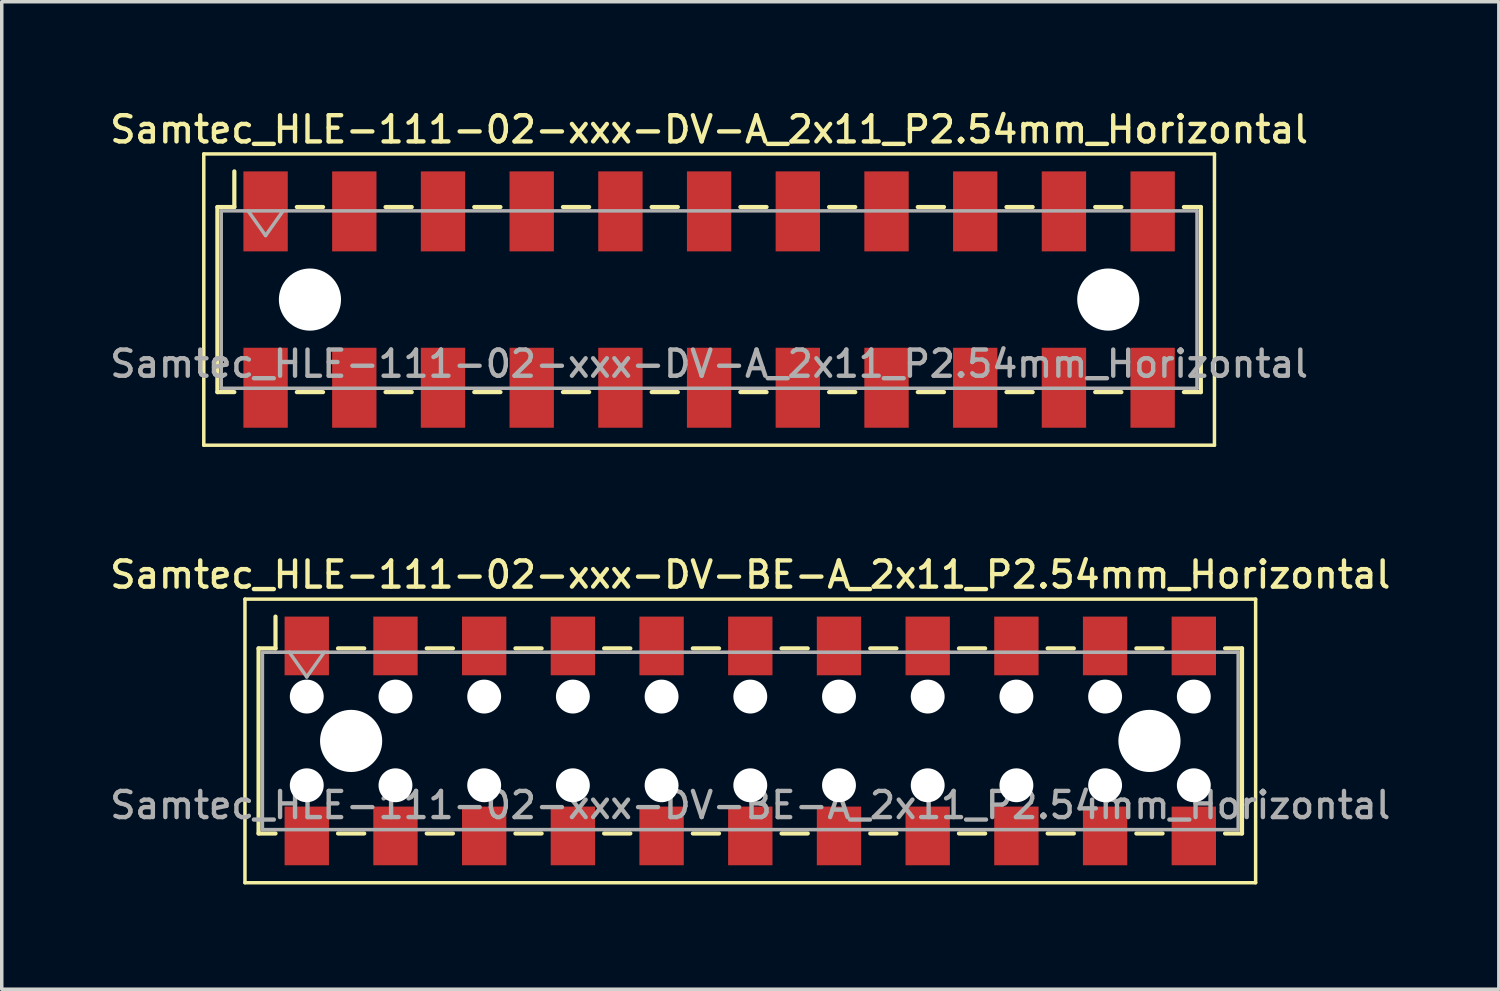
<source format=kicad_pcb>
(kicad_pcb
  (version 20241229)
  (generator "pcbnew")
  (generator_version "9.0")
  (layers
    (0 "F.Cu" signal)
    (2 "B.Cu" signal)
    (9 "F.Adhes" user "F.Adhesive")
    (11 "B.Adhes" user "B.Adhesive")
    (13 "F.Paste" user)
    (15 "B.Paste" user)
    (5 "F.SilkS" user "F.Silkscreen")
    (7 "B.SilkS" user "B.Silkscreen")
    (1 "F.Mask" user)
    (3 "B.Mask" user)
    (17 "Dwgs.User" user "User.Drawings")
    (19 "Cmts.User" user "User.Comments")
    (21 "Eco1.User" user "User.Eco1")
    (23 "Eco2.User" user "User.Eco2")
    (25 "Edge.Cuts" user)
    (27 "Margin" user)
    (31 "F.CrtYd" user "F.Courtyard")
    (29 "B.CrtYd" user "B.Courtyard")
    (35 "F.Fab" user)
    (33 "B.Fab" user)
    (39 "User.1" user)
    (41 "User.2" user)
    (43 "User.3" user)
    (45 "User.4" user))
  (footprint "Samtec_HLE-111-02-xxx-DV-BE-A_2x11_P2.54mm_Horizontal"
    (layer "F.Cu")
    (at 18.434 18.166)
    (property "Reference" "Samtec_HLE-111-02-xxx-DV-BE-A_2x11_P2.54mm_Horizontal" (at 0 -4.76 0) (layer "F.SilkS") (effects (font (size 0.75 0.75) (thickness 0.125))))
    (attr smd)
    (fp_line (start -14.47 -4.06) (end 14.47 -4.06) (stroke (width 0.1) (type solid)) (layer "F.SilkS"))
    (fp_line (start -14.47 4.06) (end -14.47 -4.06) (stroke (width 0.1) (type solid)) (layer "F.SilkS"))
    (fp_line (start -14.08 -2.65) (end -14.08 2.65) (stroke (width 0.12) (type solid)) (layer "F.SilkS"))
    (fp_line (start -14.08 2.65) (end -13.595 2.65) (stroke (width 0.12) (type solid)) (layer "F.SilkS"))
    (fp_line (start -13.595 -3.56) (end -13.595 -2.65) (stroke (width 0.12) (type solid)) (layer "F.SilkS"))
    (fp_line (start -13.595 -2.65) (end -14.08 -2.65) (stroke (width 0.12) (type solid)) (layer "F.SilkS"))
    (fp_line (start -11.805 -2.65) (end -11.055 -2.65) (stroke (width 0.12) (type solid)) (layer "F.SilkS"))
    (fp_line (start -11.805 2.65) (end -11.055 2.65) (stroke (width 0.12) (type solid)) (layer "F.SilkS"))
    (fp_line (start -9.265 -2.65) (end -8.515 -2.65) (stroke (width 0.12) (type solid)) (layer "F.SilkS"))
    (fp_line (start -9.265 2.65) (end -8.515 2.65) (stroke (width 0.12) (type solid)) (layer "F.SilkS"))
    (fp_line (start -6.725 -2.65) (end -5.975 -2.65) (stroke (width 0.12) (type solid)) (layer "F.SilkS"))
    (fp_line (start -6.725 2.65) (end -5.975 2.65) (stroke (width 0.12) (type solid)) (layer "F.SilkS"))
    (fp_line (start -4.185 -2.65) (end -3.435 -2.65) (stroke (width 0.12) (type solid)) (layer "F.SilkS"))
    (fp_line (start -4.185 2.65) (end -3.435 2.65) (stroke (width 0.12) (type solid)) (layer "F.SilkS"))
    (fp_line (start -1.645 -2.65) (end -0.895 -2.65) (stroke (width 0.12) (type solid)) (layer "F.SilkS"))
    (fp_line (start -1.645 2.65) (end -0.895 2.65) (stroke (width 0.12) (type solid)) (layer "F.SilkS"))
    (fp_line (start 0.895 -2.65) (end 1.645 -2.65) (stroke (width 0.12) (type solid)) (layer "F.SilkS"))
    (fp_line (start 0.895 2.65) (end 1.645 2.65) (stroke (width 0.12) (type solid)) (layer "F.SilkS"))
    (fp_line (start 3.435 -2.65) (end 4.185 -2.65) (stroke (width 0.12) (type solid)) (layer "F.SilkS"))
    (fp_line (start 3.435 2.65) (end 4.185 2.65) (stroke (width 0.12) (type solid)) (layer "F.SilkS"))
    (fp_line (start 5.975 -2.65) (end 6.725 -2.65) (stroke (width 0.12) (type solid)) (layer "F.SilkS"))
    (fp_line (start 5.975 2.65) (end 6.725 2.65) (stroke (width 0.12) (type solid)) (layer "F.SilkS"))
    (fp_line (start 8.515 -2.65) (end 9.265 -2.65) (stroke (width 0.12) (type solid)) (layer "F.SilkS"))
    (fp_line (start 8.515 2.65) (end 9.265 2.65) (stroke (width 0.12) (type solid)) (layer "F.SilkS"))
    (fp_line (start 11.055 -2.65) (end 11.805 -2.65) (stroke (width 0.12) (type solid)) (layer "F.SilkS"))
    (fp_line (start 11.055 2.65) (end 11.805 2.65) (stroke (width 0.12) (type solid)) (layer "F.SilkS"))
    (fp_line (start 13.595 -2.65) (end 14.08 -2.65) (stroke (width 0.12) (type solid)) (layer "F.SilkS"))
    (fp_line (start 14.08 -2.65) (end 14.08 2.65) (stroke (width 0.12) (type solid)) (layer "F.SilkS"))
    (fp_line (start 14.08 2.65) (end 13.595 2.65) (stroke (width 0.12) (type solid)) (layer "F.SilkS"))
    (fp_line (start 14.47 -4.06) (end 14.47 4.06) (stroke (width 0.1) (type solid)) (layer "F.SilkS"))
    (fp_line (start 14.47 4.06) (end -14.47 4.06) (stroke (width 0.1) (type solid)) (layer "F.SilkS"))
    (fp_line (start -13.97 -2.54) (end 13.97 -2.54) (stroke (width 0.1) (type solid)) (layer "F.Fab"))
    (fp_line (start -13.97 2.54) (end -13.97 -2.54) (stroke (width 0.1) (type solid)) (layer "F.Fab"))
    (fp_line (start -13.2 -2.54) (end -12.7 -1.833) (stroke (width 0.1) (type solid)) (layer "F.Fab"))
    (fp_line (start -12.7 -1.833) (end -12.2 -2.54) (stroke (width 0.1) (type solid)) (layer "F.Fab"))
    (fp_line (start 13.97 -2.54) (end 13.97 2.54) (stroke (width 0.1) (type solid)) (layer "F.Fab"))
    (fp_line (start 13.97 2.54) (end -13.97 2.54) (stroke (width 0.1) (type solid)) (layer "F.Fab"))
    (fp_text user "${REFERENCE}" (at 0 1.84 0) (layer "F.Fab") (effects (font (size 0.75 0.75) (thickness 0.125))))
    (pad "" np_thru_hole circle (at -12.7 -1.27) (size 0.97 0.97) (drill 0.97) (layers "*.Cu" "*.Mask"))
    (pad "" np_thru_hole circle (at -12.7 1.27) (size 0.97 0.97) (drill 0.97) (layers "*.Cu" "*.Mask"))
    (pad "" np_thru_hole circle (at -11.43 0) (size 1.78 1.78) (drill 1.78) (layers "*.Cu" "*.Mask"))
    (pad "" np_thru_hole circle (at -10.16 -1.27) (size 0.97 0.97) (drill 0.97) (layers "*.Cu" "*.Mask"))
    (pad "" np_thru_hole circle (at -10.16 1.27) (size 0.97 0.97) (drill 0.97) (layers "*.Cu" "*.Mask"))
    (pad "" np_thru_hole circle (at -7.62 -1.27) (size 0.97 0.97) (drill 0.97) (layers "*.Cu" "*.Mask"))
    (pad "" np_thru_hole circle (at -7.62 1.27) (size 0.97 0.97) (drill 0.97) (layers "*.Cu" "*.Mask"))
    (pad "" np_thru_hole circle (at -5.08 -1.27) (size 0.97 0.97) (drill 0.97) (layers "*.Cu" "*.Mask"))
    (pad "" np_thru_hole circle (at -5.08 1.27) (size 0.97 0.97) (drill 0.97) (layers "*.Cu" "*.Mask"))
    (pad "" np_thru_hole circle (at -2.54 -1.27) (size 0.97 0.97) (drill 0.97) (layers "*.Cu" "*.Mask"))
    (pad "" np_thru_hole circle (at -2.54 1.27) (size 0.97 0.97) (drill 0.97) (layers "*.Cu" "*.Mask"))
    (pad "" np_thru_hole circle (at 0 -1.27) (size 0.97 0.97) (drill 0.97) (layers "*.Cu" "*.Mask"))
    (pad "" np_thru_hole circle (at 0 1.27) (size 0.97 0.97) (drill 0.97) (layers "*.Cu" "*.Mask"))
    (pad "" np_thru_hole circle (at 2.54 -1.27) (size 0.97 0.97) (drill 0.97) (layers "*.Cu" "*.Mask"))
    (pad "" np_thru_hole circle (at 2.54 1.27) (size 0.97 0.97) (drill 0.97) (layers "*.Cu" "*.Mask"))
    (pad "" np_thru_hole circle (at 5.08 -1.27) (size 0.97 0.97) (drill 0.97) (layers "*.Cu" "*.Mask"))
    (pad "" np_thru_hole circle (at 5.08 1.27) (size 0.97 0.97) (drill 0.97) (layers "*.Cu" "*.Mask"))
    (pad "" np_thru_hole circle (at 7.62 -1.27) (size 0.97 0.97) (drill 0.97) (layers "*.Cu" "*.Mask"))
    (pad "" np_thru_hole circle (at 7.62 1.27) (size 0.97 0.97) (drill 0.97) (layers "*.Cu" "*.Mask"))
    (pad "" np_thru_hole circle (at 10.16 -1.27) (size 0.97 0.97) (drill 0.97) (layers "*.Cu" "*.Mask"))
    (pad "" np_thru_hole circle (at 10.16 1.27) (size 0.97 0.97) (drill 0.97) (layers "*.Cu" "*.Mask"))
    (pad "" np_thru_hole circle (at 11.43 0) (size 1.78 1.78) (drill 1.78) (layers "*.Cu" "*.Mask"))
    (pad "" np_thru_hole circle (at 12.7 -1.27) (size 0.97 0.97) (drill 0.97) (layers "*.Cu" "*.Mask"))
    (pad "" np_thru_hole circle (at 12.7 1.27) (size 0.97 0.97) (drill 0.97) (layers "*.Cu" "*.Mask"))
    (pad "1" smd rect (at -12.7 -2.72) (size 1.27 1.68) (layers "F.Cu" "F.Mask" "F.Paste"))
    (pad "2" smd rect (at -12.7 2.72) (size 1.27 1.68) (layers "F.Cu" "F.Mask" "F.Paste"))
    (pad "3" smd rect (at -10.16 -2.72) (size 1.27 1.68) (layers "F.Cu" "F.Mask" "F.Paste"))
    (pad "4" smd rect (at -10.16 2.72) (size 1.27 1.68) (layers "F.Cu" "F.Mask" "F.Paste"))
    (pad "5" smd rect (at -7.62 -2.72) (size 1.27 1.68) (layers "F.Cu" "F.Mask" "F.Paste"))
    (pad "6" smd rect (at -7.62 2.72) (size 1.27 1.68) (layers "F.Cu" "F.Mask" "F.Paste"))
    (pad "7" smd rect (at -5.08 -2.72) (size 1.27 1.68) (layers "F.Cu" "F.Mask" "F.Paste"))
    (pad "8" smd rect (at -5.08 2.72) (size 1.27 1.68) (layers "F.Cu" "F.Mask" "F.Paste"))
    (pad "9" smd rect (at -2.54 -2.72) (size 1.27 1.68) (layers "F.Cu" "F.Mask" "F.Paste"))
    (pad "10" smd rect (at -2.54 2.72) (size 1.27 1.68) (layers "F.Cu" "F.Mask" "F.Paste"))
    (pad "11" smd rect (at 0 -2.72) (size 1.27 1.68) (layers "F.Cu" "F.Mask" "F.Paste"))
    (pad "12" smd rect (at 0 2.72) (size 1.27 1.68) (layers "F.Cu" "F.Mask" "F.Paste"))
    (pad "13" smd rect (at 2.54 -2.72) (size 1.27 1.68) (layers "F.Cu" "F.Mask" "F.Paste"))
    (pad "14" smd rect (at 2.54 2.72) (size 1.27 1.68) (layers "F.Cu" "F.Mask" "F.Paste"))
    (pad "15" smd rect (at 5.08 -2.72) (size 1.27 1.68) (layers "F.Cu" "F.Mask" "F.Paste"))
    (pad "16" smd rect (at 5.08 2.72) (size 1.27 1.68) (layers "F.Cu" "F.Mask" "F.Paste"))
    (pad "17" smd rect (at 7.62 -2.72) (size 1.27 1.68) (layers "F.Cu" "F.Mask" "F.Paste"))
    (pad "18" smd rect (at 7.62 2.72) (size 1.27 1.68) (layers "F.Cu" "F.Mask" "F.Paste"))
    (pad "19" smd rect (at 10.16 -2.72) (size 1.27 1.68) (layers "F.Cu" "F.Mask" "F.Paste"))
    (pad "20" smd rect (at 10.16 2.72) (size 1.27 1.68) (layers "F.Cu" "F.Mask" "F.Paste"))
    (pad "21" smd rect (at 12.7 -2.72) (size 1.27 1.68) (layers "F.Cu" "F.Mask" "F.Paste"))
    (pad "22" smd rect (at 12.7 2.72) (size 1.27 1.68) (layers "F.Cu" "F.Mask" "F.Paste")))
  (footprint "Samtec_HLE-111-02-xxx-DV-A_2x11_P2.54mm_Horizontal"
    (layer "F.Cu")
    (at 17.255 5.528)
    (property "Reference" "Samtec_HLE-111-02-xxx-DV-A_2x11_P2.54mm_Horizontal" (at 0 -4.87 0) (layer "F.SilkS") (effects (font (size 0.75 0.75) (thickness 0.125))))
    (attr smd)
    (fp_line (start -14.47 -4.17) (end 14.47 -4.17) (stroke (width 0.1) (type solid)) (layer "F.SilkS"))
    (fp_line (start -14.47 4.17) (end -14.47 -4.17) (stroke (width 0.1) (type solid)) (layer "F.SilkS"))
    (fp_line (start -14.08 -2.65) (end -14.08 2.65) (stroke (width 0.12) (type solid)) (layer "F.SilkS"))
    (fp_line (start -14.08 2.65) (end -13.595 2.65) (stroke (width 0.12) (type solid)) (layer "F.SilkS"))
    (fp_line (start -13.595 -3.67) (end -13.595 -2.65) (stroke (width 0.12) (type solid)) (layer "F.SilkS"))
    (fp_line (start -13.595 -2.65) (end -14.08 -2.65) (stroke (width 0.12) (type solid)) (layer "F.SilkS"))
    (fp_line (start -11.805 -2.65) (end -11.055 -2.65) (stroke (width 0.12) (type solid)) (layer "F.SilkS"))
    (fp_line (start -11.805 2.65) (end -11.055 2.65) (stroke (width 0.12) (type solid)) (layer "F.SilkS"))
    (fp_line (start -9.265 -2.65) (end -8.515 -2.65) (stroke (width 0.12) (type solid)) (layer "F.SilkS"))
    (fp_line (start -9.265 2.65) (end -8.515 2.65) (stroke (width 0.12) (type solid)) (layer "F.SilkS"))
    (fp_line (start -6.725 -2.65) (end -5.975 -2.65) (stroke (width 0.12) (type solid)) (layer "F.SilkS"))
    (fp_line (start -6.725 2.65) (end -5.975 2.65) (stroke (width 0.12) (type solid)) (layer "F.SilkS"))
    (fp_line (start -4.185 -2.65) (end -3.435 -2.65) (stroke (width 0.12) (type solid)) (layer "F.SilkS"))
    (fp_line (start -4.185 2.65) (end -3.435 2.65) (stroke (width 0.12) (type solid)) (layer "F.SilkS"))
    (fp_line (start -1.645 -2.65) (end -0.895 -2.65) (stroke (width 0.12) (type solid)) (layer "F.SilkS"))
    (fp_line (start -1.645 2.65) (end -0.895 2.65) (stroke (width 0.12) (type solid)) (layer "F.SilkS"))
    (fp_line (start 0.895 -2.65) (end 1.645 -2.65) (stroke (width 0.12) (type solid)) (layer "F.SilkS"))
    (fp_line (start 0.895 2.65) (end 1.645 2.65) (stroke (width 0.12) (type solid)) (layer "F.SilkS"))
    (fp_line (start 3.435 -2.65) (end 4.185 -2.65) (stroke (width 0.12) (type solid)) (layer "F.SilkS"))
    (fp_line (start 3.435 2.65) (end 4.185 2.65) (stroke (width 0.12) (type solid)) (layer "F.SilkS"))
    (fp_line (start 5.975 -2.65) (end 6.725 -2.65) (stroke (width 0.12) (type solid)) (layer "F.SilkS"))
    (fp_line (start 5.975 2.65) (end 6.725 2.65) (stroke (width 0.12) (type solid)) (layer "F.SilkS"))
    (fp_line (start 8.515 -2.65) (end 9.265 -2.65) (stroke (width 0.12) (type solid)) (layer "F.SilkS"))
    (fp_line (start 8.515 2.65) (end 9.265 2.65) (stroke (width 0.12) (type solid)) (layer "F.SilkS"))
    (fp_line (start 11.055 -2.65) (end 11.805 -2.65) (stroke (width 0.12) (type solid)) (layer "F.SilkS"))
    (fp_line (start 11.055 2.65) (end 11.805 2.65) (stroke (width 0.12) (type solid)) (layer "F.SilkS"))
    (fp_line (start 13.595 -2.65) (end 14.08 -2.65) (stroke (width 0.12) (type solid)) (layer "F.SilkS"))
    (fp_line (start 14.08 -2.65) (end 14.08 2.65) (stroke (width 0.12) (type solid)) (layer "F.SilkS"))
    (fp_line (start 14.08 2.65) (end 13.595 2.65) (stroke (width 0.12) (type solid)) (layer "F.SilkS"))
    (fp_line (start 14.47 -4.17) (end 14.47 4.17) (stroke (width 0.1) (type solid)) (layer "F.SilkS"))
    (fp_line (start 14.47 4.17) (end -14.47 4.17) (stroke (width 0.1) (type solid)) (layer "F.SilkS"))
    (fp_line (start -13.97 -2.54) (end 13.97 -2.54) (stroke (width 0.1) (type solid)) (layer "F.Fab"))
    (fp_line (start -13.97 2.54) (end -13.97 -2.54) (stroke (width 0.1) (type solid)) (layer "F.Fab"))
    (fp_line (start -13.2 -2.54) (end -12.7 -1.833) (stroke (width 0.1) (type solid)) (layer "F.Fab"))
    (fp_line (start -12.7 -1.833) (end -12.2 -2.54) (stroke (width 0.1) (type solid)) (layer "F.Fab"))
    (fp_line (start 13.97 -2.54) (end 13.97 2.54) (stroke (width 0.1) (type solid)) (layer "F.Fab"))
    (fp_line (start 13.97 2.54) (end -13.97 2.54) (stroke (width 0.1) (type solid)) (layer "F.Fab"))
    (fp_text user "${REFERENCE}" (at 0 1.84 0) (layer "F.Fab") (effects (font (size 0.75 0.75) (thickness 0.125))))
    (pad "" np_thru_hole circle (at -11.43 0) (size 1.78 1.78) (drill 1.78) (layers "*.Cu" "*.Mask"))
    (pad "" np_thru_hole circle (at 11.43 0) (size 1.78 1.78) (drill 1.78) (layers "*.Cu" "*.Mask"))
    (pad "1" smd rect (at -12.7 -2.525) (size 1.27 2.29) (layers "F.Cu" "F.Mask" "F.Paste"))
    (pad "2" smd rect (at -12.7 2.525) (size 1.27 2.29) (layers "F.Cu" "F.Mask" "F.Paste"))
    (pad "3" smd rect (at -10.16 -2.525) (size 1.27 2.29) (layers "F.Cu" "F.Mask" "F.Paste"))
    (pad "4" smd rect (at -10.16 2.525) (size 1.27 2.29) (layers "F.Cu" "F.Mask" "F.Paste"))
    (pad "5" smd rect (at -7.62 -2.525) (size 1.27 2.29) (layers "F.Cu" "F.Mask" "F.Paste"))
    (pad "6" smd rect (at -7.62 2.525) (size 1.27 2.29) (layers "F.Cu" "F.Mask" "F.Paste"))
    (pad "7" smd rect (at -5.08 -2.525) (size 1.27 2.29) (layers "F.Cu" "F.Mask" "F.Paste"))
    (pad "8" smd rect (at -5.08 2.525) (size 1.27 2.29) (layers "F.Cu" "F.Mask" "F.Paste"))
    (pad "9" smd rect (at -2.54 -2.525) (size 1.27 2.29) (layers "F.Cu" "F.Mask" "F.Paste"))
    (pad "10" smd rect (at -2.54 2.525) (size 1.27 2.29) (layers "F.Cu" "F.Mask" "F.Paste"))
    (pad "11" smd rect (at 0 -2.525) (size 1.27 2.29) (layers "F.Cu" "F.Mask" "F.Paste"))
    (pad "12" smd rect (at 0 2.525) (size 1.27 2.29) (layers "F.Cu" "F.Mask" "F.Paste"))
    (pad "13" smd rect (at 2.54 -2.525) (size 1.27 2.29) (layers "F.Cu" "F.Mask" "F.Paste"))
    (pad "14" smd rect (at 2.54 2.525) (size 1.27 2.29) (layers "F.Cu" "F.Mask" "F.Paste"))
    (pad "15" smd rect (at 5.08 -2.525) (size 1.27 2.29) (layers "F.Cu" "F.Mask" "F.Paste"))
    (pad "16" smd rect (at 5.08 2.525) (size 1.27 2.29) (layers "F.Cu" "F.Mask" "F.Paste"))
    (pad "17" smd rect (at 7.62 -2.525) (size 1.27 2.29) (layers "F.Cu" "F.Mask" "F.Paste"))
    (pad "18" smd rect (at 7.62 2.525) (size 1.27 2.29) (layers "F.Cu" "F.Mask" "F.Paste"))
    (pad "19" smd rect (at 10.16 -2.525) (size 1.27 2.29) (layers "F.Cu" "F.Mask" "F.Paste"))
    (pad "20" smd rect (at 10.16 2.525) (size 1.27 2.29) (layers "F.Cu" "F.Mask" "F.Paste"))
    (pad "21" smd rect (at 12.7 -2.525) (size 1.27 2.29) (layers "F.Cu" "F.Mask" "F.Paste"))
    (pad "22" smd rect (at 12.7 2.525) (size 1.27 2.29) (layers "F.Cu" "F.Mask" "F.Paste")))
  (gr_rect
    (start -3 -3)
    (end 39.868 25.276)
    (stroke (width 0.1) (type default))
    (fill no)
    (layer "Edge.Cuts")))
</source>
